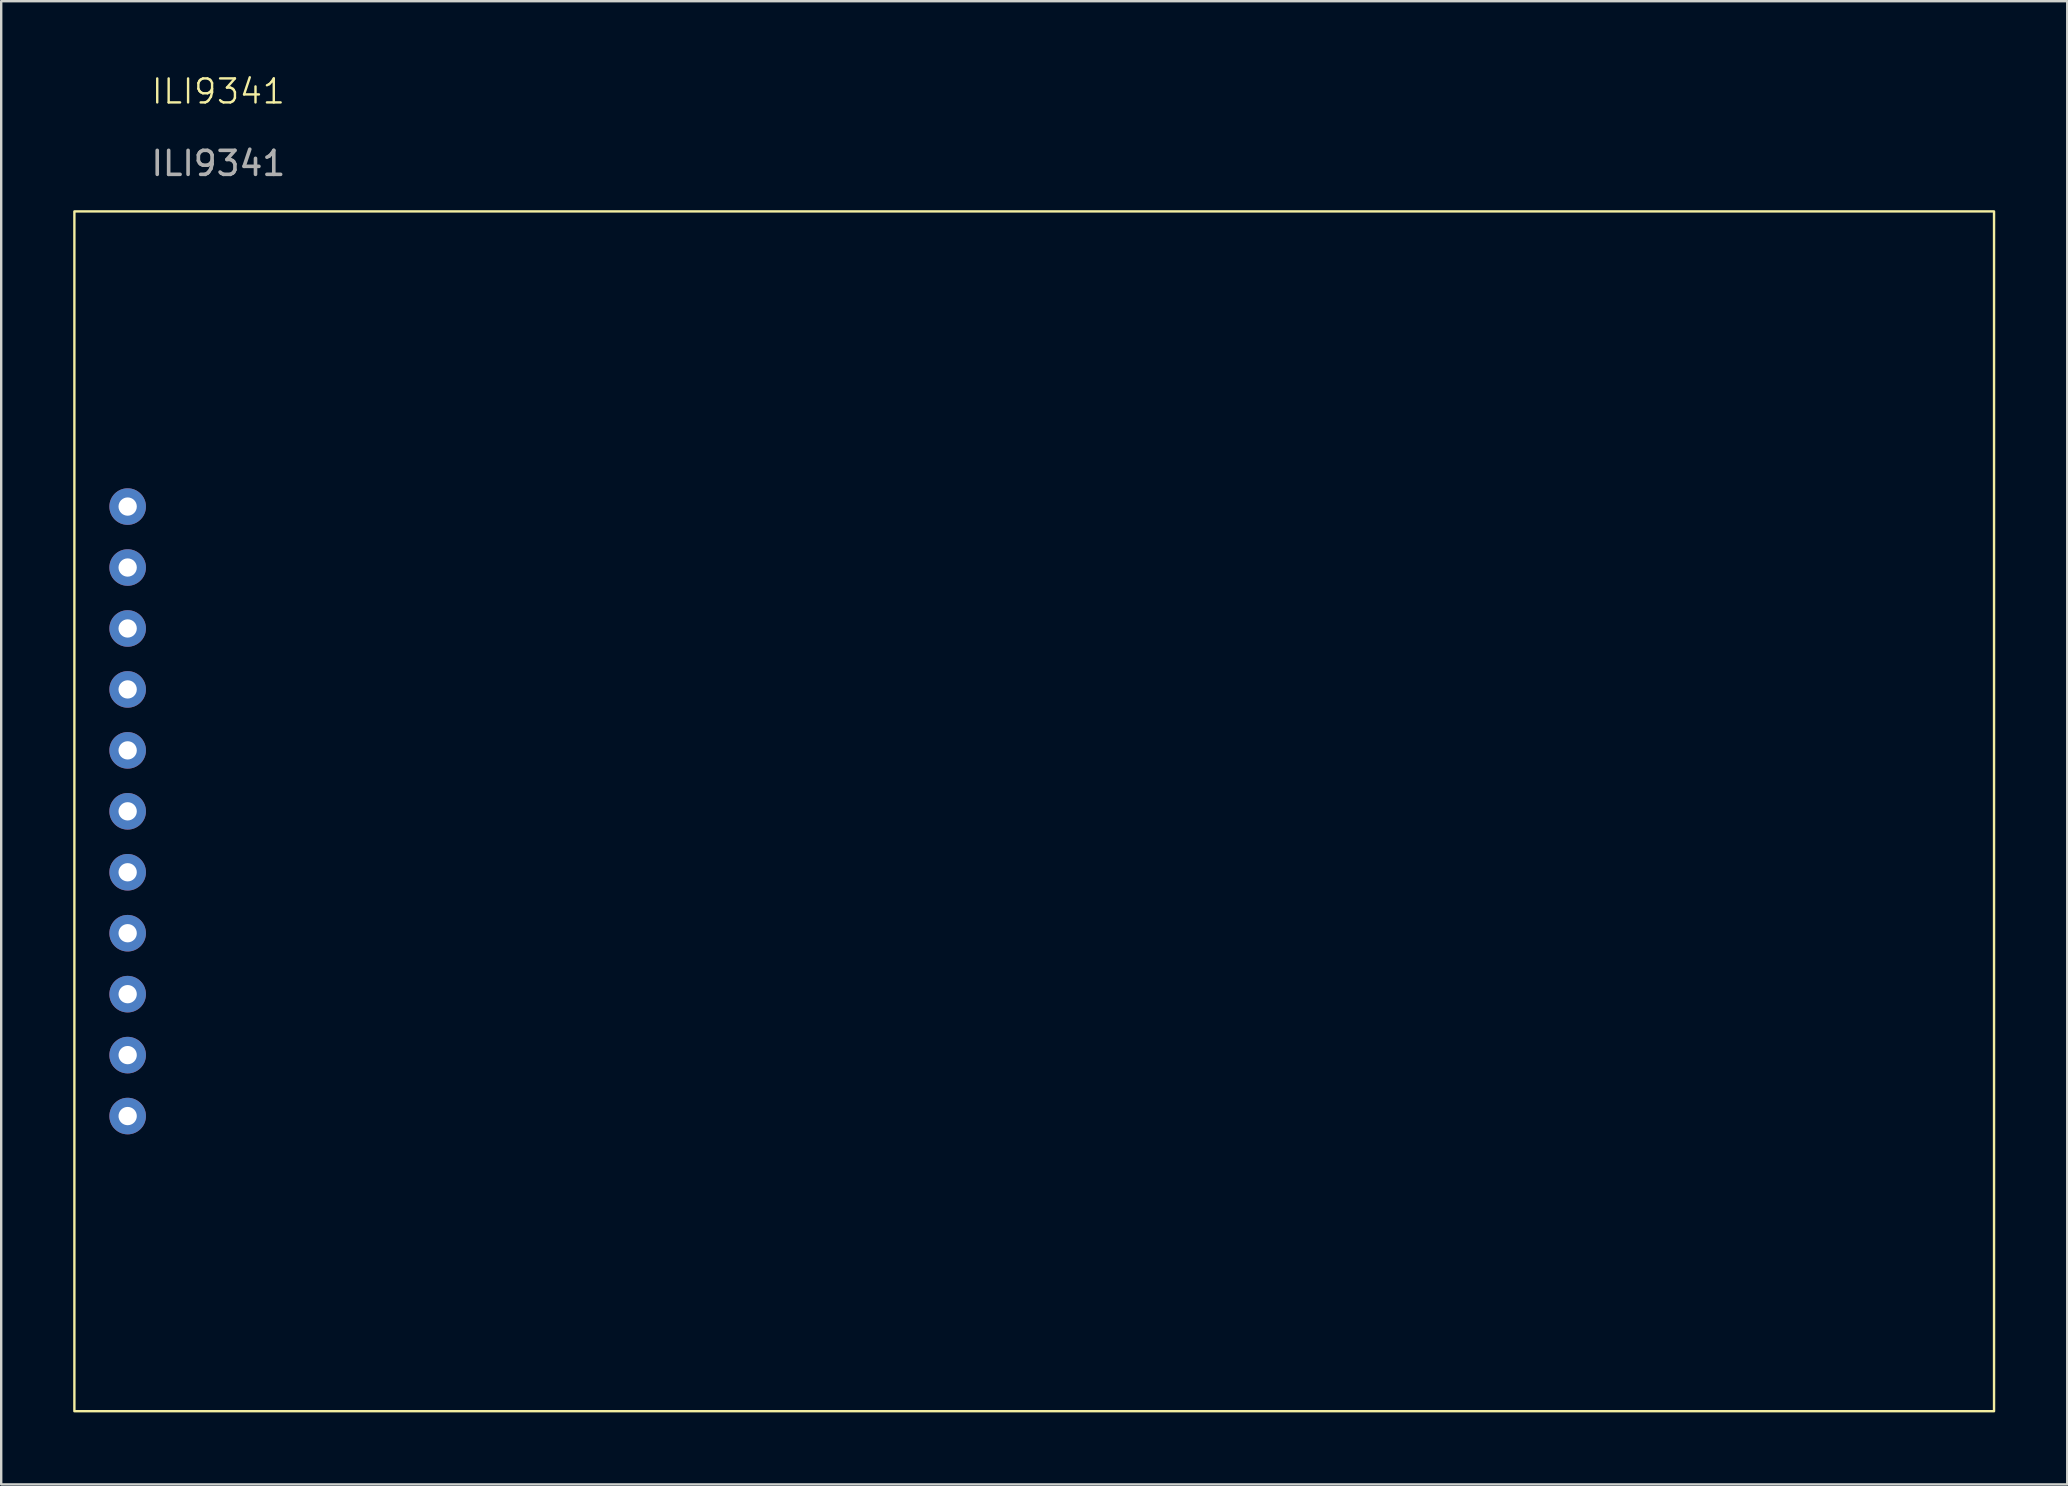
<source format=kicad_pcb>
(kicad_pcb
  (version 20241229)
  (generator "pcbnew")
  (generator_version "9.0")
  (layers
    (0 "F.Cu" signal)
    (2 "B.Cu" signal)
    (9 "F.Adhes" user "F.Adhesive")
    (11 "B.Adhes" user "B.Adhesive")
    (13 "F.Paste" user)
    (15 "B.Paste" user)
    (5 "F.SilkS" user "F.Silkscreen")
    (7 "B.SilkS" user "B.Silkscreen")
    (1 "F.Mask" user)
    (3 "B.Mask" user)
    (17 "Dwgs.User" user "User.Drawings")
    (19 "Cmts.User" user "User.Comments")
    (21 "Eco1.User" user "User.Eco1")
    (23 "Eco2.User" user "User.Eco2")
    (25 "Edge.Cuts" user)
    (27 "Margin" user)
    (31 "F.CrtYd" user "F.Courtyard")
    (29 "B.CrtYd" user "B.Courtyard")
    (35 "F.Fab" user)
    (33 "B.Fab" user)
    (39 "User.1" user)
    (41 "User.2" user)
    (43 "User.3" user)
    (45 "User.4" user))
  (footprint "ILI9341"
    (layer "F.Cu")
    (at 20.05 30.761)
    (property "Reference" "ILI9341" (at -14 -30 0) (unlocked yes) (layer "F.SilkS") (effects (font (size 1 1) (thickness 0.1))))
    (attr through_hole)
    (fp_rect (start -20 -25) (end 60 25) (stroke (width 0.1) (type default)) (fill no) (layer "F.SilkS"))
    (fp_text user "${REFERENCE}" (at -14 -27 0) (unlocked yes) (layer "F.Fab") (effects (font (size 1 1) (thickness 0.15))))
    (pad "1" thru_hole circle (at -17.78 12.7) (size 1.524 1.524) (drill 0.762) (layers "*.Cu" "*.Mask"))
    (pad "2" thru_hole circle (at -17.78 10.16) (size 1.524 1.524) (drill 0.762) (layers "*.Cu" "*.Mask"))
    (pad "3" thru_hole circle (at -17.78 7.62) (size 1.524 1.524) (drill 0.762) (layers "*.Cu" "*.Mask"))
    (pad "4" thru_hole circle (at -17.78 5.08) (size 1.524 1.524) (drill 0.762) (layers "*.Cu" "*.Mask"))
    (pad "5" thru_hole circle (at -17.78 2.54) (size 1.524 1.524) (drill 0.762) (layers "*.Cu" "*.Mask"))
    (pad "6" thru_hole circle (at -17.78 0) (size 1.524 1.524) (drill 0.762) (layers "*.Cu" "*.Mask"))
    (pad "7" thru_hole circle (at -17.78 -2.54) (size 1.524 1.524) (drill 0.762) (layers "*.Cu" "*.Mask"))
    (pad "8" thru_hole circle (at -17.78 -5.08) (size 1.524 1.524) (drill 0.762) (layers "*.Cu" "*.Mask"))
    (pad "9" thru_hole circle (at -17.78 -7.62) (size 1.524 1.524) (drill 0.762) (layers "*.Cu" "*.Mask"))
    (pad "10" thru_hole circle (at -17.78 -10.16) (size 1.524 1.524) (drill 0.762) (layers "*.Cu" "*.Mask"))
    (pad "11" thru_hole circle (at -17.78 -12.7) (size 1.524 1.524) (drill 0.762) (layers "*.Cu" "*.Mask")))
  (gr_rect
    (start -3 -3)
    (end 83.1 58.81)
    (stroke (width 0.1) (type default))
    (fill no)
    (layer "Edge.Cuts")))
</source>
